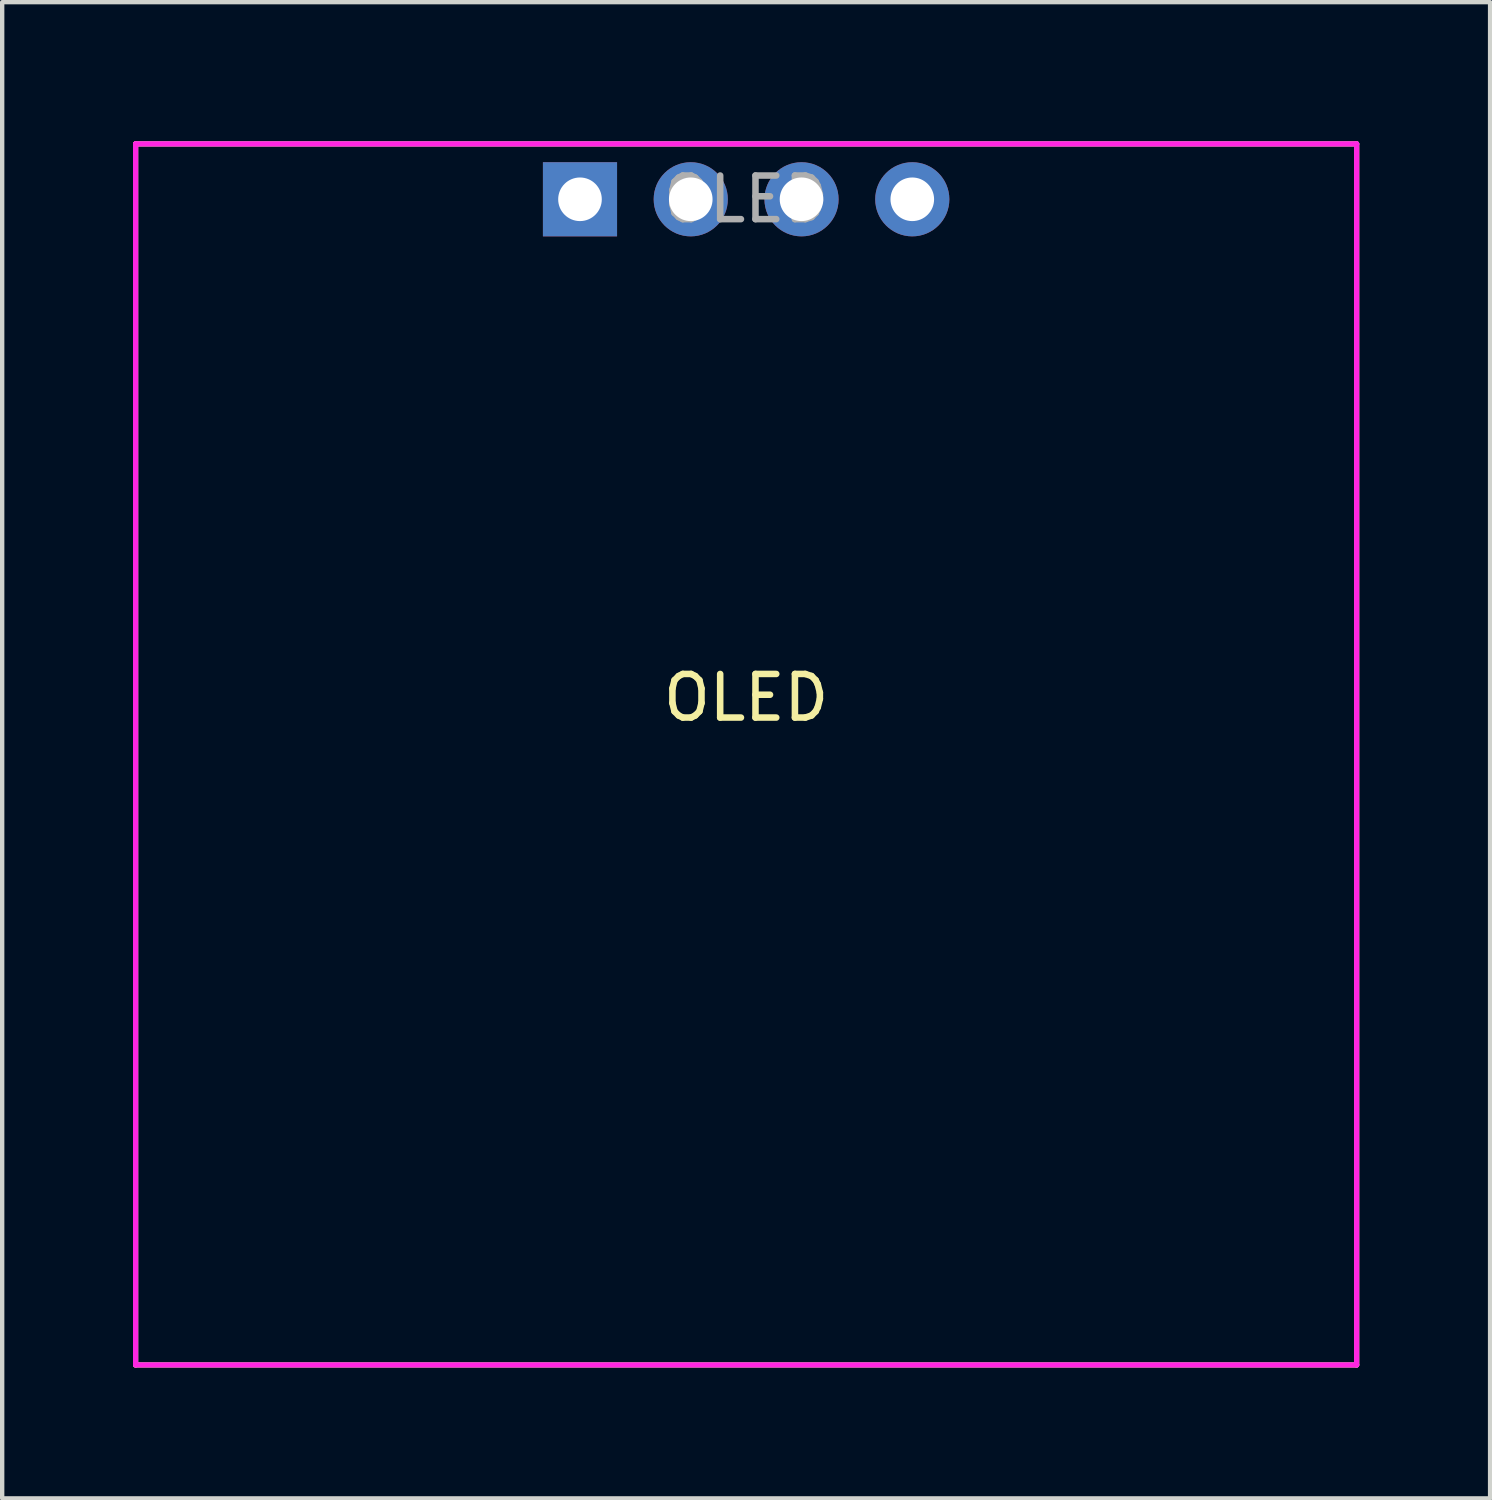
<source format=kicad_pcb>
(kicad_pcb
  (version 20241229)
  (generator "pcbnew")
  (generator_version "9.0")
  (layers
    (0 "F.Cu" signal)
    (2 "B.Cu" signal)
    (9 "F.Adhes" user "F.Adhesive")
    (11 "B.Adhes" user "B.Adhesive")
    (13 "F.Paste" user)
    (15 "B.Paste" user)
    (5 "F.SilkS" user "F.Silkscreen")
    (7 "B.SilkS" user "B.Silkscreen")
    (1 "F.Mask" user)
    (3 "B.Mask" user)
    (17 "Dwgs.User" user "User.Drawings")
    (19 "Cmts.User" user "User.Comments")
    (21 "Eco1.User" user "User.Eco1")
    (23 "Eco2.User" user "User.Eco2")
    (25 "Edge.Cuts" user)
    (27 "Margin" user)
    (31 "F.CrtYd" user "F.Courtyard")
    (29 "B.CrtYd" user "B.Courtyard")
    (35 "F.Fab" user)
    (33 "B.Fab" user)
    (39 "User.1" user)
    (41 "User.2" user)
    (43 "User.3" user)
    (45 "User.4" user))
  (footprint "OLED"
    (layer "F.Cu")
    (at 14.06 0.25)
    (property "Reference" "OLED" (at 0 12.7 0) (layer "F.SilkS") (effects (font (size 1 1) (thickness 0.15))))
    (attr through_hole)
    (fp_line (start -14 0) (end -14 28) (stroke (width 0.12) (type solid)) (layer "F.SilkS"))
    (fp_line (start -14 28) (end 14 28) (stroke (width 0.12) (type solid)) (layer "F.SilkS"))
    (fp_line (start 14 0) (end -14 0) (stroke (width 0.12) (type solid)) (layer "F.SilkS"))
    (fp_line (start 14 28) (end 14 0) (stroke (width 0.12) (type solid)) (layer "F.SilkS"))
    (fp_line (start -14 0) (end -14 28) (stroke (width 0.12) (type solid)) (layer "F.CrtYd"))
    (fp_line (start -14 28) (end 14 28) (stroke (width 0.12) (type solid)) (layer "F.CrtYd"))
    (fp_line (start 14 0) (end -14 0) (stroke (width 0.12) (type solid)) (layer "F.CrtYd"))
    (fp_line (start 14 28) (end 14 0) (stroke (width 0.12) (type solid)) (layer "F.CrtYd"))
    (fp_text user "${REFERENCE}" (at 0 1.27 180) (layer "F.Fab") (effects (font (size 1 1) (thickness 0.15))))
    (pad "1" thru_hole rect (at -3.81 1.27 90) (size 1.7 1.7) (drill 1) (layers "*.Cu" "*.Mask"))
    (pad "2" thru_hole oval (at -1.27 1.27 90) (size 1.7 1.7) (drill 1) (layers "*.Cu" "*.Mask"))
    (pad "3" thru_hole oval (at 1.27 1.27 90) (size 1.7 1.7) (drill 1) (layers "*.Cu" "*.Mask"))
    (pad "4" thru_hole oval (at 3.81 1.27 90) (size 1.7 1.7) (drill 1) (layers "*.Cu" "*.Mask")))
  (gr_rect
    (start -3 -3)
    (end 31.12 31.31)
    (stroke (width 0.1) (type default))
    (fill no)
    (layer "Edge.Cuts")))
</source>
